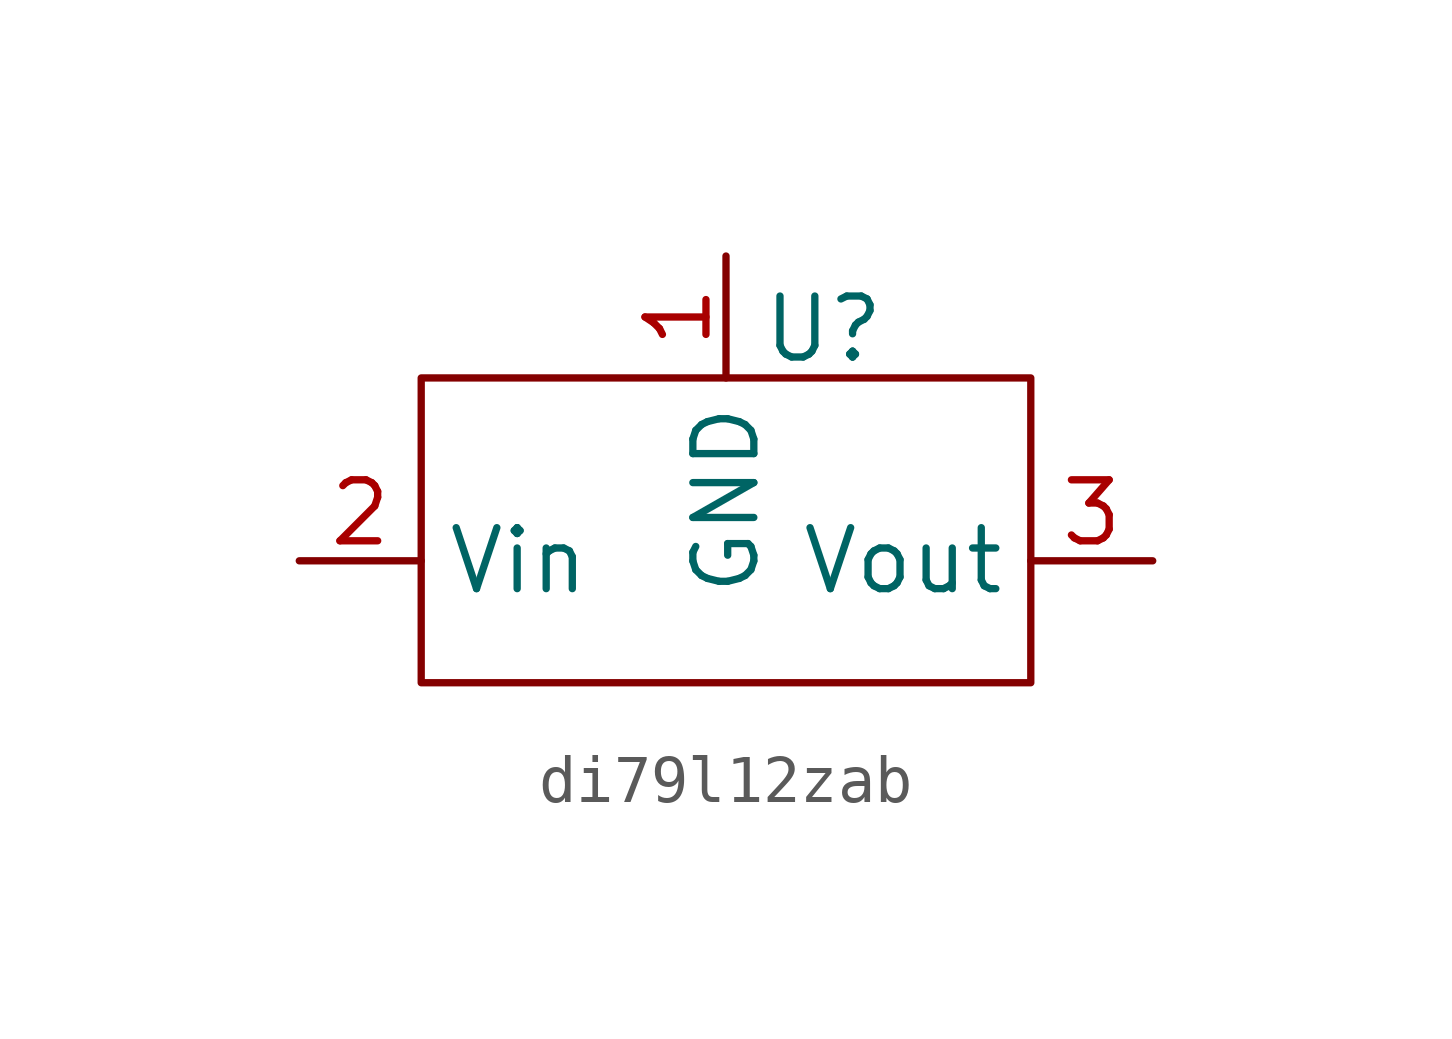
<source format=kicad_sym>
(kicad_symbol_lib
  (version 20231120)
  (generator "kicad_symbol_editor")
  (generator_version "8.0")
  (symbol "di79l12zab"
    (property "Reference" "U"
      (at 8.382 7.366 0)
      (effects (font (size 1.27 1.27))))
    (property "Value" ""
      (at 0 0 0)
      (effects (font (size 1.27 1.27))))
    (symbol "di79l12zab_0_1"
      (rectangle (start 0 6.35) (end 12.7 0) (stroke (width 0) (type default)) (fill (type none))))
    (symbol "di79l12zab_1_1"
      (pin input line (at 6.35 8.89 270) (length 2.54) (name "GND" (effects (font (size 1.27 1.27)))) (number "1" (effects (font (size 1.27 1.27)))))
      (pin input line (at -2.54 2.54 0) (length 2.54) (name "Vin" (effects (font (size 1.27 1.27)))) (number "2" (effects (font (size 1.27 1.27)))))
      (pin output line (at 15.24 2.54 180) (length 2.54) (name "Vout" (effects (font (size 1.27 1.27)))) (number "3" (effects (font (size 1.27 1.27))))))))
</source>
